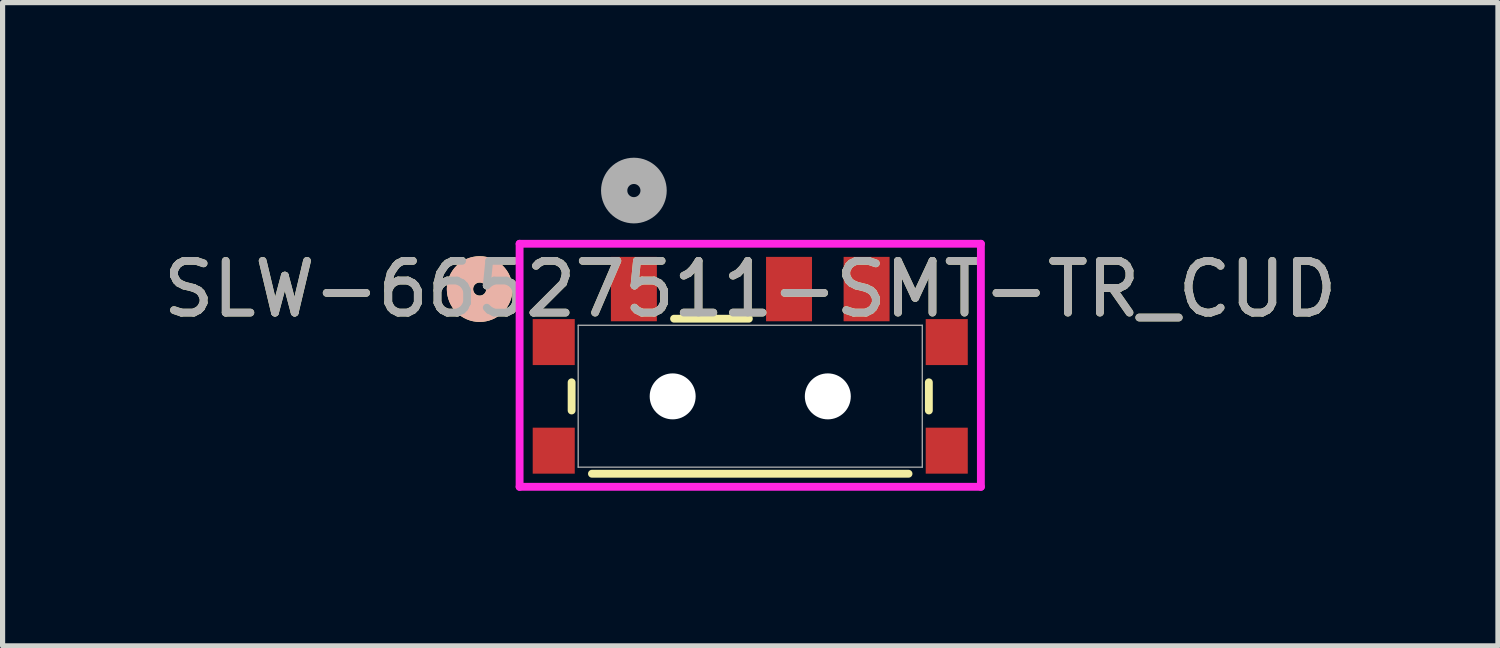
<source format=kicad_pcb>
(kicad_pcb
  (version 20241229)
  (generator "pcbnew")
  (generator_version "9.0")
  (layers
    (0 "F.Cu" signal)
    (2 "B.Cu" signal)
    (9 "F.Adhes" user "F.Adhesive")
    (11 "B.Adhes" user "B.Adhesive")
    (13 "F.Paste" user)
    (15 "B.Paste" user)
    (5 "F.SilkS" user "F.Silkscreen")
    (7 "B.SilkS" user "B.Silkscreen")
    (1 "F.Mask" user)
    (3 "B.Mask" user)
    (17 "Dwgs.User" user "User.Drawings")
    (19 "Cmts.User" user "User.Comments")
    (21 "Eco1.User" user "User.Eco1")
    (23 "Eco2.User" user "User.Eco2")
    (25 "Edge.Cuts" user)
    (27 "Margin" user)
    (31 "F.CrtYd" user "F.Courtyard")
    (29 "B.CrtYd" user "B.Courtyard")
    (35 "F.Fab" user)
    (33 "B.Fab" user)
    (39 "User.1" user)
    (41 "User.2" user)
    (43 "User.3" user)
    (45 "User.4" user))
  (footprint "SLW-66527511-SMT-TR_CUD"
    (layer "F.Cu")
    (at 11.458 4.612)
    (property "Reference" "SLW-66527511-SMT-TR_CUD" (at 0 -2.072 0) (unlocked yes) (layer "F.SilkS") (effects (font (size 1 1) (thickness 0.15))))
    (attr smd)
    (fp_line (start -3.454 -0.269) (end -3.454 0.276) (stroke (width 0.152) (type solid)) (layer "F.SilkS"))
    (fp_line (start -3.061 1.499) (end 3.061 1.499) (stroke (width 0.152) (type solid)) (layer "F.SilkS"))
    (fp_line (start -0.027 -1.499) (end -1.473 -1.499) (stroke (width 0.152) (type solid)) (layer "F.SilkS"))
    (fp_line (start 3.454 0.276) (end 3.454 -0.269) (stroke (width 0.152) (type solid)) (layer "F.SilkS"))
    (fp_circle (center -5.232 -2.072) (end -4.851 -2.072) (stroke (width 0.508) (type solid)) (fill no) (layer "F.SilkS"))
    (fp_circle (center -5.232 -2.072) (end -4.851 -2.072) (stroke (width 0.508) (type solid)) (fill no) (layer "B.SilkS"))
    (fp_line (start -4.46 -2.948) (end -4.46 1.752) (stroke (width 0.152) (type solid)) (layer "F.CrtYd"))
    (fp_line (start -4.46 1.752) (end 4.46 1.752) (stroke (width 0.152) (type solid)) (layer "F.CrtYd"))
    (fp_line (start 4.46 -2.948) (end -4.46 -2.948) (stroke (width 0.152) (type solid)) (layer "F.CrtYd"))
    (fp_line (start 4.46 1.752) (end 4.46 -2.948) (stroke (width 0.152) (type solid)) (layer "F.CrtYd"))
    (fp_line (start -3.327 -1.372) (end -3.327 1.372) (stroke (width 0.025) (type solid)) (layer "F.Fab"))
    (fp_line (start -3.327 1.372) (end 3.327 1.372) (stroke (width 0.025) (type solid)) (layer "F.Fab"))
    (fp_line (start 3.327 -1.372) (end -3.327 -1.372) (stroke (width 0.025) (type solid)) (layer "F.Fab"))
    (fp_line (start 3.327 1.372) (end 3.327 -1.372) (stroke (width 0.025) (type solid)) (layer "F.Fab"))
    (fp_circle (center -2.25 -3.977) (end -1.869 -3.977) (stroke (width 0.508) (type solid)) (fill no) (layer "F.Fab"))
    (fp_text user "${REFERENCE}" (at 0 -2.072 0) (unlocked yes) (layer "F.Fab") (effects (font (size 1 1) (thickness 0.15))))
    (pad "" np_thru_hole circle (at -1.5 0.003) (size 0.889 0.889) (drill 0.889) (layers "*.Cu" "*.Mask"))
    (pad "" np_thru_hole circle (at 1.5 0.003) (size 0.889 0.889) (drill 0.889) (layers "*.Cu" "*.Mask"))
    (pad "1" smd rect (at -2.25 -2.072) (size 0.889 1.245) (layers "F.Cu" "F.Mask" "F.Paste"))
    (pad "2" smd rect (at 0.75 -2.072) (size 0.889 1.245) (layers "F.Cu" "F.Mask" "F.Paste"))
    (pad "3" smd rect (at 2.25 -2.072) (size 0.889 1.245) (layers "F.Cu" "F.Mask" "F.Paste"))
    (pad "4" smd rect (at -3.8 -1.047) (size 0.813 0.889) (layers "F.Cu" "F.Mask" "F.Paste"))
    (pad "5" smd rect (at 3.8 -1.047) (size 0.813 0.889) (layers "F.Cu" "F.Mask" "F.Paste"))
    (pad "6" smd rect (at -3.8 1.053) (size 0.813 0.889) (layers "F.Cu" "F.Mask" "F.Paste"))
    (pad "7" smd rect (at 3.8 1.053) (size 0.813 0.889) (layers "F.Cu" "F.Mask" "F.Paste")))
  (gr_rect
    (start -3 -3)
    (end 25.917 9.44)
    (stroke (width 0.1) (type default))
    (fill no)
    (layer "Edge.Cuts")))
</source>
